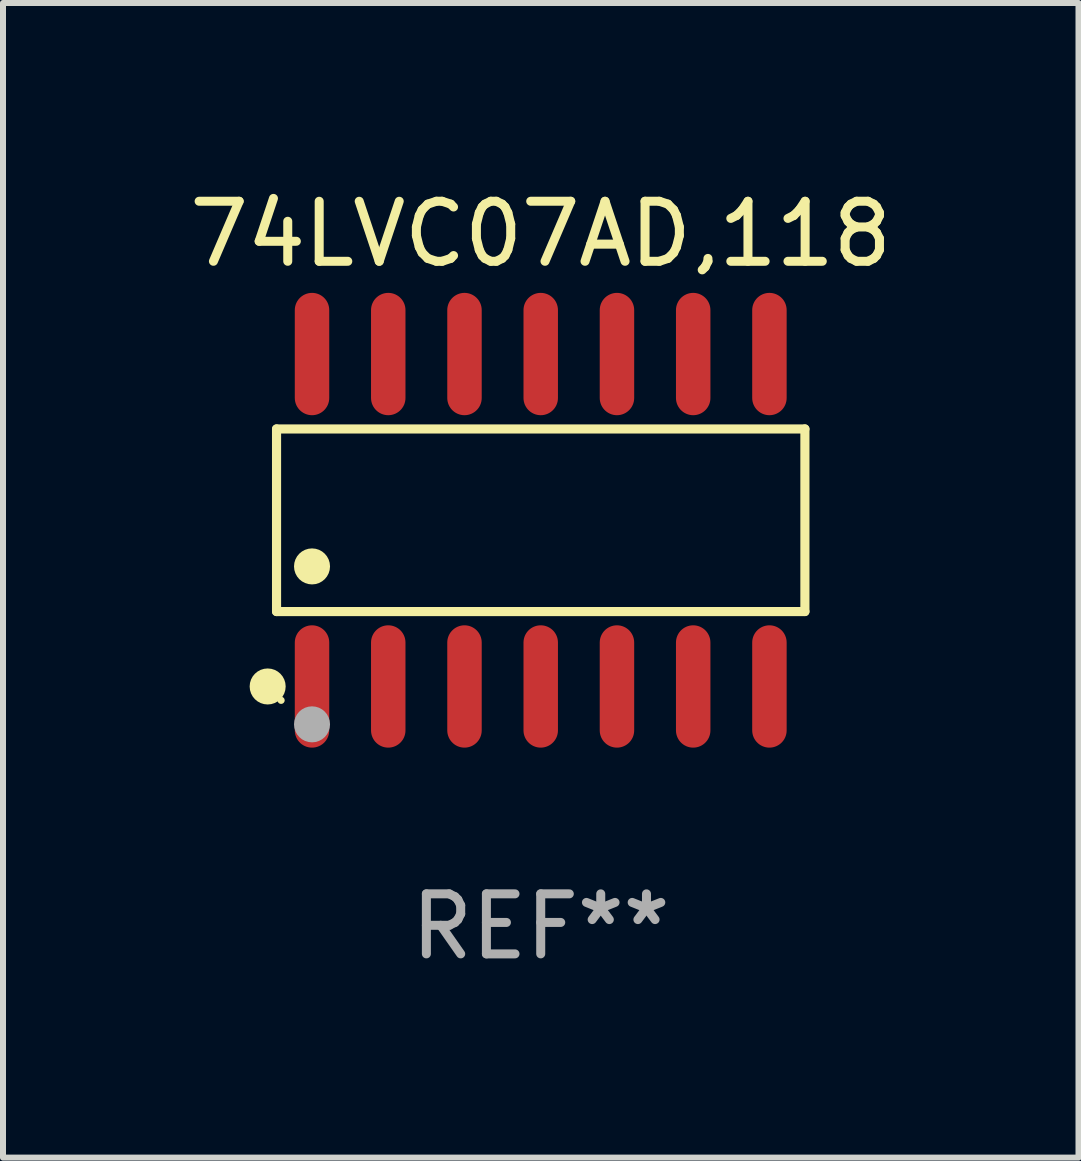
<source format=kicad_pcb>
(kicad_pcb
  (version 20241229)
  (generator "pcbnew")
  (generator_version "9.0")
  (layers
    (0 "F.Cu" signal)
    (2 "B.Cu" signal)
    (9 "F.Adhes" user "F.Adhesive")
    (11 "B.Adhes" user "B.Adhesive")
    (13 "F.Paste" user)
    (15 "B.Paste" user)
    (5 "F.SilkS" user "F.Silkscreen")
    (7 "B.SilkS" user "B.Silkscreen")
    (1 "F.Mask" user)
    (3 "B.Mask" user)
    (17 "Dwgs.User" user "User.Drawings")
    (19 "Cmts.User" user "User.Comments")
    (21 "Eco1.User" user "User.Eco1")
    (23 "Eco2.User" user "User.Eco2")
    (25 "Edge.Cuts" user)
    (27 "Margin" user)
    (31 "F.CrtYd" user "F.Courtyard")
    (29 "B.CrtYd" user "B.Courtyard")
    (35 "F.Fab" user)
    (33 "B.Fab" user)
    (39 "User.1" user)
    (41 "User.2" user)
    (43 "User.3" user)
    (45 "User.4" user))
  (footprint "74LVC07AD,118"
    (layer "F.Cu")
    (at 5.958 5.617)
    (property "Reference" "74LVC07AD,118" (at 0 -4.769 0) (layer "F.SilkS") (effects (font (size 1 1) (thickness 0.15))))
    (attr through_hole)
    (fp_line (start -4.401 -1.521) (end 4.401 -1.521) (stroke (width 0.152) (type solid)) (layer "F.SilkS"))
    (fp_line (start -4.401 1.521) (end -4.401 -1.521) (stroke (width 0.152) (type solid)) (layer "F.SilkS"))
    (fp_line (start 4.401 -1.521) (end 4.401 1.521) (stroke (width 0.152) (type solid)) (layer "F.SilkS"))
    (fp_line (start 4.401 1.521) (end -4.401 1.521) (stroke (width 0.152) (type solid)) (layer "F.SilkS"))
    (fp_circle (center -4.549 2.769) (end -4.399 2.769) (stroke (width 0.3) (type solid)) (fill no) (layer "F.SilkS"))
    (fp_circle (center -4.325 3) (end -4.295 3) (stroke (width 0.06) (type solid)) (fill no) (layer "F.SilkS"))
    (fp_circle (center -3.81 0.769) (end -3.66 0.769) (stroke (width 0.3) (type solid)) (fill no) (layer "F.SilkS"))
    (fp_circle (center -3.81 3.4) (end -3.66 3.4) (stroke (width 0.3) (type solid)) (fill no) (layer "F.Fab"))
    (fp_text user "REF**" (at 0 6.769 0) (layer "F.Fab") (effects (font (size 1 1) (thickness 0.15))))
    (pad "1" smd oval (at -3.81 2.769) (size 0.574 2.038) (layers "F.Cu" "F.Mask" "F.Paste"))
    (pad "2" smd oval (at -2.54 2.769) (size 0.574 2.038) (layers "F.Cu" "F.Mask" "F.Paste"))
    (pad "3" smd oval (at -1.27 2.769) (size 0.574 2.038) (layers "F.Cu" "F.Mask" "F.Paste"))
    (pad "4" smd oval (at 0 2.769) (size 0.574 2.038) (layers "F.Cu" "F.Mask" "F.Paste"))
    (pad "5" smd oval (at 1.27 2.769) (size 0.574 2.038) (layers "F.Cu" "F.Mask" "F.Paste"))
    (pad "6" smd oval (at 2.54 2.769) (size 0.574 2.038) (layers "F.Cu" "F.Mask" "F.Paste"))
    (pad "7" smd oval (at 3.81 2.769) (size 0.574 2.038) (layers "F.Cu" "F.Mask" "F.Paste"))
    (pad "8" smd oval (at 3.81 -2.769) (size 0.574 2.038) (layers "F.Cu" "F.Mask" "F.Paste"))
    (pad "9" smd oval (at 2.54 -2.769) (size 0.574 2.038) (layers "F.Cu" "F.Mask" "F.Paste"))
    (pad "10" smd oval (at 1.27 -2.769) (size 0.574 2.038) (layers "F.Cu" "F.Mask" "F.Paste"))
    (pad "11" smd oval (at 0 -2.769) (size 0.574 2.038) (layers "F.Cu" "F.Mask" "F.Paste"))
    (pad "12" smd oval (at -1.27 -2.769) (size 0.574 2.038) (layers "F.Cu" "F.Mask" "F.Paste"))
    (pad "13" smd oval (at -2.54 -2.769) (size 0.574 2.038) (layers "F.Cu" "F.Mask" "F.Paste"))
    (pad "14" smd oval (at -3.81 -2.769) (size 0.574 2.038) (layers "F.Cu" "F.Mask" "F.Paste")))
  (gr_rect
    (start -3 -3)
    (end 14.917 16.235)
    (stroke (width 0.1) (type default))
    (fill no)
    (layer "Edge.Cuts")))
</source>
